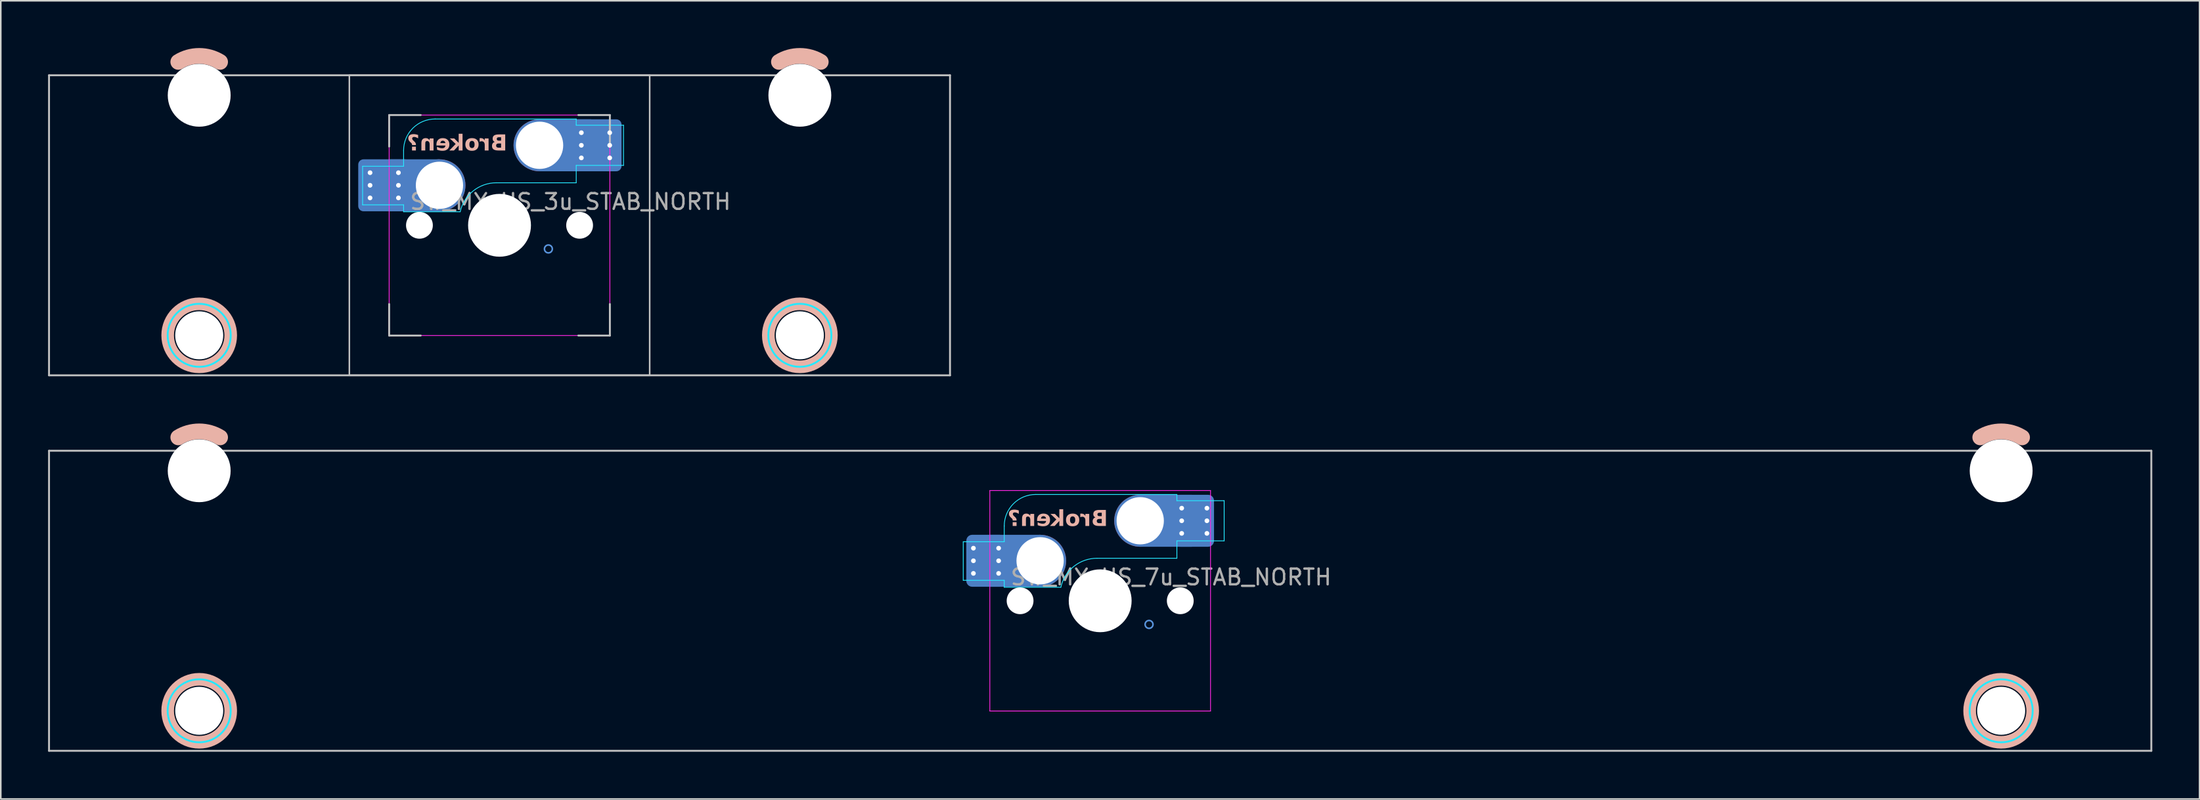
<source format=kicad_pcb>
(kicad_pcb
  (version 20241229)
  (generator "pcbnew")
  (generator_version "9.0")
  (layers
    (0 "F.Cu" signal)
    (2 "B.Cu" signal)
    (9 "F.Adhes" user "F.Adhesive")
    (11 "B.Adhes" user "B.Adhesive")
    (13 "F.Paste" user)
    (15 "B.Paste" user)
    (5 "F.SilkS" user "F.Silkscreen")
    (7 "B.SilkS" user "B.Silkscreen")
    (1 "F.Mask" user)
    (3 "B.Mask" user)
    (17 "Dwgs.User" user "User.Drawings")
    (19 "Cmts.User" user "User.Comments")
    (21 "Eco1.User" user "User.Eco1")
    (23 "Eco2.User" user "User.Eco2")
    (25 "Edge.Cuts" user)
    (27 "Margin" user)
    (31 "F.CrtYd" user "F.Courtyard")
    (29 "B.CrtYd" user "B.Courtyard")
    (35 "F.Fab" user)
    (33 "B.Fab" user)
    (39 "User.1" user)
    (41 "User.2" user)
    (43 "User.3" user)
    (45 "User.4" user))
  (footprint "SW_MX_HS_7u_STAB_NORTH"
    (layer "F.Cu")
    (at 66.735 35.095)
    (property "Reference" "SW_MX_HS_7u_STAB_NORTH" (at 4.5 -1.5 0) (layer "F.Fab") (effects (font (size 1 1) (thickness 0.15))))
    (attr smd)
    (fp_arc (start -58.474998 -10.374995) (mid -57.15 -10.755) (end -55.825002 -10.374995) (stroke (width 1) (type default)) (layer "B.SilkS"))
    (fp_arc (start 55.825002 -10.374995) (mid 57.15 -10.755) (end 58.474998 -10.374995) (stroke (width 1) (type default)) (layer "B.SilkS"))
    (fp_circle (center -57.15 6.985) (end -55.15 6.985) (stroke (width 0.8) (type solid)) (fill no) (layer "B.SilkS"))
    (fp_circle (center 57.15 6.985) (end 59.15 6.985) (stroke (width 0.8) (type solid)) (fill no) (layer "B.SilkS"))
    (fp_line (start -66.675 9.525) (end -66.675 -9.525) (stroke (width 0.12) (type solid)) (layer "Dwgs.User"))
    (fp_line (start 66.675 -9.525) (end -66.675 -9.525) (stroke (width 0.12) (type solid)) (layer "Dwgs.User"))
    (fp_line (start 66.675 9.525) (end -66.675 9.525) (stroke (width 0.12) (type solid)) (layer "Dwgs.User"))
    (fp_line (start 66.675 9.525) (end 66.675 -9.525) (stroke (width 0.12) (type solid)) (layer "Dwgs.User"))
    (fp_circle (center 3.1 1.5) (end 3.35 1.5) (stroke (width 0.1) (type default)) (fill no) (layer "Cmts.User"))
    (fp_line (start -60.524 5.5) (end -60.525 -7.5) (stroke (width 0.05) (type solid)) (layer "Eco2.User"))
    (fp_line (start -54.275 -8) (end -60.025 -8) (stroke (width 0.05) (type solid)) (layer "Eco2.User"))
    (fp_line (start -54.275 6) (end -60.024 6) (stroke (width 0.05) (type solid)) (layer "Eco2.User"))
    (fp_line (start -53.775 5.5) (end -53.775 -7.5) (stroke (width 0.05) (type solid)) (layer "Eco2.User"))
    (fp_line (start -7 6.5) (end -7 -6.5) (stroke (width 0.05) (type solid)) (layer "Eco2.User"))
    (fp_line (start -6.5 -7) (end 6.5 -7) (stroke (width 0.05) (type solid)) (layer "Eco2.User"))
    (fp_line (start 6.5 7) (end -6.5 7) (stroke (width 0.05) (type solid)) (layer "Eco2.User"))
    (fp_line (start 7 -6.5) (end 7 6.5) (stroke (width 0.05) (type solid)) (layer "Eco2.User"))
    (fp_line (start 53.775 5.5) (end 53.775 -7.5) (stroke (width 0.05) (type solid)) (layer "Eco2.User"))
    (fp_line (start 60.025 -8) (end 54.275 -8) (stroke (width 0.05) (type solid)) (layer "Eco2.User"))
    (fp_line (start 60.025 6) (end 54.275 6) (stroke (width 0.05) (type solid)) (layer "Eco2.User"))
    (fp_line (start 60.525 5.5) (end 60.525 -7.5) (stroke (width 0.05) (type solid)) (layer "Eco2.User"))
    (fp_arc (start -60.525 -7.500001) (mid -60.378553 -7.853554) (end -60.025 -8.000001) (stroke (width 0.05) (type solid)) (layer "Eco2.User"))
    (fp_arc (start -60.023789 5.999999) (mid -60.377347 5.853557) (end -60.523789 5.499999) (stroke (width 0.05) (type solid)) (layer "Eco2.User"))
    (fp_arc (start -54.275 -8.000001) (mid -53.921447 -7.853554) (end -53.775 -7.500001) (stroke (width 0.05) (type solid)) (layer "Eco2.User"))
    (fp_arc (start -53.775 5.499999) (mid -53.921446 5.853553) (end -54.275 5.999999) (stroke (width 0.05) (type solid)) (layer "Eco2.User"))
    (fp_arc (start -7 -6.5) (mid -6.853553 -6.853553) (end -6.5 -7) (stroke (width 0.05) (type solid)) (layer "Eco2.User"))
    (fp_arc (start -6.5 7) (mid -6.853553 6.853553) (end -7 6.5) (stroke (width 0.05) (type solid)) (layer "Eco2.User"))
    (fp_arc (start 6.5 -7) (mid 6.853553 -6.853553) (end 7 -6.5) (stroke (width 0.05) (type solid)) (layer "Eco2.User"))
    (fp_arc (start 6.997236 6.498884) (mid 6.850805 6.852453) (end 6.497236 6.998884) (stroke (width 0.05) (type solid)) (layer "Eco2.User"))
    (fp_arc (start 53.775 -7.500001) (mid 53.921447 -7.853554) (end 54.275 -8.000001) (stroke (width 0.05) (type solid)) (layer "Eco2.User"))
    (fp_arc (start 54.275 5.999999) (mid 53.921447 5.853552) (end 53.775 5.499999) (stroke (width 0.05) (type solid)) (layer "Eco2.User"))
    (fp_arc (start 60.025 -8.000001) (mid 60.378554 -7.853554) (end 60.525 -7.500001) (stroke (width 0.05) (type solid)) (layer "Eco2.User"))
    (fp_arc (start 60.525 5.499999) (mid 60.378554 5.853553) (end 60.025 5.999999) (stroke (width 0.05) (type solid)) (layer "Eco2.User"))
    (fp_line (start -8.685 -3.75) (end -8.685 -1.3) (stroke (width 0.05) (type solid)) (layer "B.CrtYd"))
    (fp_line (start -8.685 -1.3) (end -6.085 -1.3) (stroke (width 0.05) (type solid)) (layer "B.CrtYd"))
    (fp_line (start -6.085 -3.75) (end -8.685 -3.75) (stroke (width 0.05) (type solid)) (layer "B.CrtYd"))
    (fp_line (start -6.085 -3.75) (end -6.085 -4.75) (stroke (width 0.05) (type solid)) (layer "B.CrtYd"))
    (fp_line (start -6.085 -1.3) (end -6.085 -0.86) (stroke (width 0.05) (type solid)) (layer "B.CrtYd"))
    (fp_line (start -6.085 -0.86) (end -2.494 -0.86) (stroke (width 0.05) (type solid)) (layer "B.CrtYd"))
    (fp_line (start -4.085 -6.75) (end 4.865 -6.75) (stroke (width 0.05) (type solid)) (layer "B.CrtYd"))
    (fp_line (start 4.865 -6.75) (end 4.865 -6.355) (stroke (width 0.05) (type solid)) (layer "B.CrtYd"))
    (fp_line (start 4.865 -6.355) (end 7.865 -6.355) (stroke (width 0.05) (type solid)) (layer "B.CrtYd"))
    (fp_line (start 4.865 -3.805) (end 4.865 -2.7) (stroke (width 0.05) (type solid)) (layer "B.CrtYd"))
    (fp_line (start 4.865 -3.805) (end 7.865 -3.805) (stroke (width 0.05) (type solid)) (layer "B.CrtYd"))
    (fp_line (start 4.865 -2.7) (end -0.2 -2.7) (stroke (width 0.05) (type solid)) (layer "B.CrtYd"))
    (fp_line (start 7.865 -3.805) (end 7.865 -6.355) (stroke (width 0.05) (type solid)) (layer "B.CrtYd"))
    (fp_arc (start -6.085176 -4.75022) (mid -5.49939 -6.164434) (end -4.085176 -6.75022) (stroke (width 0.05) (type solid)) (layer "B.CrtYd"))
    (fp_arc (start -2.494322 -0.86022) (mid -1.670503 -2.183399) (end -0.2 -2.70022) (stroke (width 0.05) (type solid)) (layer "B.CrtYd"))
    (fp_circle (center -57.15 6.985) (end -59.15 6.985) (stroke (width 0.12) (type solid)) (fill no) (layer "B.CrtYd"))
    (fp_circle (center 57.15 6.985) (end 55.15 6.985) (stroke (width 0.12) (type solid)) (fill no) (layer "B.CrtYd"))
    (fp_line (start -7 -7) (end -7 7) (stroke (width 0.05) (type solid)) (layer "F.CrtYd"))
    (fp_line (start -7 7) (end 7 7) (stroke (width 0.05) (type solid)) (layer "F.CrtYd"))
    (fp_line (start 7 -7) (end -7 -7) (stroke (width 0.05) (type solid)) (layer "F.CrtYd"))
    (fp_line (start 7 7) (end 7 -7) (stroke (width 0.05) (type solid)) (layer "F.CrtYd"))
    (fp_text user "Broken?" (at 0.49 -4.58 0) (unlocked yes) (layer "B.SilkS") (effects (font (face "Hitmo2.0") (size 1 1) (thickness 0.25) (bold yes)) (justify left bottom mirror)))
    (pad "" np_thru_hole circle (at -57.15 -8.255 180) (size 3.988 3.988) (drill 3.988) (layers "*.Cu" "*.Mask"))
    (pad "" np_thru_hole circle (at -57.15 6.985 180) (size 3.048 3.048) (drill 3.048) (layers "*.Cu" "*.Mask"))
    (pad "" np_thru_hole circle (at -5.08 0) (size 1.7 1.7) (drill 1.7) (layers "*.Cu" "*.Mask"))
    (pad "" np_thru_hole circle (at 0 0) (size 3.988 3.988) (drill 3.988) (layers "*.Cu" "*.Mask"))
    (pad "" np_thru_hole circle (at 5.08 0) (size 1.7 1.7) (drill 1.7) (layers "*.Cu" "*.Mask"))
    (pad "" np_thru_hole circle (at 57.15 -8.255 180) (size 3.988 3.988) (drill 3.988) (layers "*.Cu" "*.Mask"))
    (pad "" np_thru_hole circle (at 57.15 6.985 180) (size 3.048 3.048) (drill 3.048) (layers "*.Cu" "*.Mask"))
    (pad "1" thru_hole circle (at -8.041 -3.34 180) (size 0.6 0.6) (drill 0.3) (layers "*.Cu"))
    (pad "1" thru_hole circle (at -8.041 -2.54 180) (size 0.6 0.6) (drill 0.3) (layers "*.Cu"))
    (pad "1" thru_hole circle (at -8.041 -1.74 180) (size 0.6 0.6) (drill 0.3) (layers "*.Cu"))
    (pad "1" smd roundrect (at -7.241 -2.54 180) (size 2.2 3) (layers "B.Cu" "B.Mask" "B.Paste") (roundrect_rratio 0.114))
    (pad "1" smd roundrect (at -7.241 -2.54 180) (size 2.5 3.3) (layers "B.Cu") (roundrect_rratio 0.148))
    (pad "1" thru_hole circle (at -6.441 -3.34 180) (size 0.6 0.6) (drill 0.3) (layers "*.Cu"))
    (pad "1" thru_hole circle (at -6.441 -2.54 180) (size 0.6 0.6) (drill 0.3) (layers "*.Cu"))
    (pad "1" thru_hole circle (at -6.441 -1.74 180) (size 0.6 0.6) (drill 0.3) (layers "*.Cu"))
    (pad "1" smd rect (at -5.423 -2.54 180) (size 3.226 3.3) (layers "B.Cu"))
    (pad "1" thru_hole circle (at -3.81 -2.54 180) (size 3 3) (drill 3) (layers "*.Cu" "*.Mask"))
    (pad "1" smd circle (at -3.81 -2.54 180) (size 3.3 3.3) (layers "F.Cu"))
    (pad "1" smd circle (at -3.81 -2.54 180) (size 3.3 3.3) (layers "B.Cu"))
    (pad "2" thru_hole circle (at 2.54 -5.08) (size 3 3) (drill 3) (layers "*.Cu" "*.Mask"))
    (pad "2" smd circle (at 2.54 -5.08 180) (size 3.3 3.3) (layers "F.Cu"))
    (pad "2" smd circle (at 2.54 -5.08 180) (size 3.3 3.3) (layers "B.Cu"))
    (pad "2" smd rect (at 4.201 -5.08) (size 3.226 3.3) (layers "B.Cu"))
    (pad "2" thru_hole circle (at 5.171 -5.88) (size 0.6 0.6) (drill 0.3) (layers "*.Cu"))
    (pad "2" thru_hole circle (at 5.171 -5.08) (size 0.6 0.6) (drill 0.3) (layers "*.Cu"))
    (pad "2" thru_hole circle (at 5.171 -4.28) (size 0.6 0.6) (drill 0.3) (layers "*.Cu"))
    (pad "2" smd roundrect (at 5.971 -5.08) (size 2.2 3) (layers "B.Cu" "B.Mask" "B.Paste") (roundrect_rratio 0.114))
    (pad "2" smd roundrect (at 5.971 -5.08) (size 2.5 3.3) (layers "B.Cu") (roundrect_rratio 0.148))
    (pad "2" thru_hole circle (at 6.771 -5.88) (size 0.6 0.6) (drill 0.3) (layers "*.Cu"))
    (pad "2" thru_hole circle (at 6.771 -5.08) (size 0.6 0.6) (drill 0.3) (layers "*.Cu"))
    (pad "2" thru_hole circle (at 6.771 -4.28) (size 0.6 0.6) (drill 0.3) (layers "*.Cu")))
  (footprint "SW_MX_HS_3u_STAB_NORTH"
    (layer "F.Cu")
    (at 28.635 11.255)
    (property "Reference" "SW_MX_HS_3u_STAB_NORTH" (at 4.5 -1.5 0) (layer "F.Fab") (effects (font (size 1 1) (thickness 0.15))))
    (attr smd)
    (fp_arc (start -20.374998 -10.374995) (mid -19.05 -10.755) (end -17.725002 -10.374995) (stroke (width 1) (type default)) (layer "B.SilkS"))
    (fp_arc (start 17.725002 -10.374995) (mid 19.05 -10.755) (end 20.374998 -10.374995) (stroke (width 1) (type default)) (layer "B.SilkS"))
    (fp_circle (center -19.05 6.985) (end -17.05 6.985) (stroke (width 0.8) (type solid)) (fill no) (layer "B.SilkS"))
    (fp_circle (center 19.05 6.985) (end 21.05 6.985) (stroke (width 0.8) (type solid)) (fill no) (layer "B.SilkS"))
    (fp_line (start -28.575 9.525) (end -28.575 -9.525) (stroke (width 0.12) (type solid)) (layer "Dwgs.User"))
    (fp_line (start -7 -7) (end -7 -5) (stroke (width 0.12) (type solid)) (layer "Dwgs.User"))
    (fp_line (start -7 7) (end -7 5) (stroke (width 0.12) (type solid)) (layer "Dwgs.User"))
    (fp_line (start -5 -7) (end -7 -7) (stroke (width 0.12) (type solid)) (layer "Dwgs.User"))
    (fp_line (start -5 7) (end -7 7) (stroke (width 0.12) (type solid)) (layer "Dwgs.User"))
    (fp_line (start 5 -7) (end 7 -7) (stroke (width 0.12) (type solid)) (layer "Dwgs.User"))
    (fp_line (start 7 -7) (end 7 -5) (stroke (width 0.12) (type solid)) (layer "Dwgs.User"))
    (fp_line (start 7 5) (end 7 7) (stroke (width 0.12) (type solid)) (layer "Dwgs.User"))
    (fp_line (start 7 7) (end 5 7) (stroke (width 0.12) (type solid)) (layer "Dwgs.User"))
    (fp_line (start 28.575 -9.525) (end -28.575 -9.525) (stroke (width 0.12) (type solid)) (layer "Dwgs.User"))
    (fp_line (start 28.575 9.525) (end -28.575 9.525) (stroke (width 0.12) (type solid)) (layer "Dwgs.User"))
    (fp_line (start 28.575 9.525) (end 28.575 -9.525) (stroke (width 0.12) (type solid)) (layer "Dwgs.User"))
    (fp_rect (start -9.525 -9.525) (end 9.525 9.525) (stroke (width 0.1) (type default)) (fill no) (layer "Dwgs.User"))
    (fp_circle (center 0 0) (end 0 1) (stroke (width 0.1) (type default)) (fill no) (layer "Cmts.User"))
    (fp_circle (center 3.1 1.5) (end 3.35 1.5) (stroke (width 0.1) (type default)) (fill no) (layer "Cmts.User"))
    (fp_line (start -22.424 5.5) (end -22.425 -7.5) (stroke (width 0.05) (type solid)) (layer "Eco2.User"))
    (fp_line (start -16.175 -8) (end -21.925 -8) (stroke (width 0.05) (type solid)) (layer "Eco2.User"))
    (fp_line (start -16.175 6) (end -21.924 6) (stroke (width 0.05) (type solid)) (layer "Eco2.User"))
    (fp_line (start -15.675 5.5) (end -15.675 -7.5) (stroke (width 0.05) (type solid)) (layer "Eco2.User"))
    (fp_line (start -7 6.5) (end -7 -6.5) (stroke (width 0.05) (type solid)) (layer "Eco2.User"))
    (fp_line (start -6.5 -7) (end 6.5 -7) (stroke (width 0.05) (type solid)) (layer "Eco2.User"))
    (fp_line (start 6.5 7) (end -6.5 7) (stroke (width 0.05) (type solid)) (layer "Eco2.User"))
    (fp_line (start 7 -6.5) (end 7 6.5) (stroke (width 0.05) (type solid)) (layer "Eco2.User"))
    (fp_line (start 15.675 5.5) (end 15.675 -7.5) (stroke (width 0.05) (type solid)) (layer "Eco2.User"))
    (fp_line (start 21.925 -8) (end 16.175 -8) (stroke (width 0.05) (type solid)) (layer "Eco2.User"))
    (fp_line (start 21.925 6) (end 16.175 6) (stroke (width 0.05) (type solid)) (layer "Eco2.User"))
    (fp_line (start 22.425 5.5) (end 22.425 -7.5) (stroke (width 0.05) (type solid)) (layer "Eco2.User"))
    (fp_arc (start -22.425 -7.500001) (mid -22.278553 -7.853554) (end -21.925 -8.000001) (stroke (width 0.05) (type solid)) (layer "Eco2.User"))
    (fp_arc (start -21.923789 5.999999) (mid -22.277347 5.853557) (end -22.423789 5.499999) (stroke (width 0.05) (type solid)) (layer "Eco2.User"))
    (fp_arc (start -16.175 -8.000001) (mid -15.821447 -7.853554) (end -15.675 -7.500001) (stroke (width 0.05) (type solid)) (layer "Eco2.User"))
    (fp_arc (start -15.675 5.499999) (mid -15.821446 5.853553) (end -16.175 5.999999) (stroke (width 0.05) (type solid)) (layer "Eco2.User"))
    (fp_arc (start -7 -6.5) (mid -6.853553 -6.853553) (end -6.5 -7) (stroke (width 0.05) (type solid)) (layer "Eco2.User"))
    (fp_arc (start -6.5 7) (mid -6.853553 6.853553) (end -7 6.5) (stroke (width 0.05) (type solid)) (layer "Eco2.User"))
    (fp_arc (start 6.5 -7) (mid 6.853553 -6.853553) (end 7 -6.5) (stroke (width 0.05) (type solid)) (layer "Eco2.User"))
    (fp_arc (start 6.997236 6.498884) (mid 6.850805 6.852453) (end 6.497236 6.998884) (stroke (width 0.05) (type solid)) (layer "Eco2.User"))
    (fp_arc (start 15.675 -7.500001) (mid 15.821447 -7.853554) (end 16.175 -8.000001) (stroke (width 0.05) (type solid)) (layer "Eco2.User"))
    (fp_arc (start 16.175 5.999999) (mid 15.821447 5.853552) (end 15.675 5.499999) (stroke (width 0.05) (type solid)) (layer "Eco2.User"))
    (fp_arc (start 21.925 -8.000001) (mid 22.278553 -7.853554) (end 22.425 -7.500001) (stroke (width 0.05) (type solid)) (layer "Eco2.User"))
    (fp_arc (start 22.425 5.499999) (mid 22.278553 5.853552) (end 21.925 5.999999) (stroke (width 0.05) (type solid)) (layer "Eco2.User"))
    (fp_line (start -8.685 -3.75) (end -8.685 -1.3) (stroke (width 0.05) (type solid)) (layer "B.CrtYd"))
    (fp_line (start -8.685 -1.3) (end -6.085 -1.3) (stroke (width 0.05) (type solid)) (layer "B.CrtYd"))
    (fp_line (start -6.085 -3.75) (end -8.685 -3.75) (stroke (width 0.05) (type solid)) (layer "B.CrtYd"))
    (fp_line (start -6.085 -3.75) (end -6.085 -4.75) (stroke (width 0.05) (type solid)) (layer "B.CrtYd"))
    (fp_line (start -6.085 -1.3) (end -6.085 -0.86) (stroke (width 0.05) (type solid)) (layer "B.CrtYd"))
    (fp_line (start -6.085 -0.86) (end -2.494 -0.86) (stroke (width 0.05) (type solid)) (layer "B.CrtYd"))
    (fp_line (start -4.085 -6.75) (end 4.865 -6.75) (stroke (width 0.05) (type solid)) (layer "B.CrtYd"))
    (fp_line (start 4.865 -6.75) (end 4.865 -6.355) (stroke (width 0.05) (type solid)) (layer "B.CrtYd"))
    (fp_line (start 4.865 -6.355) (end 7.865 -6.355) (stroke (width 0.05) (type solid)) (layer "B.CrtYd"))
    (fp_line (start 4.865 -3.805) (end 4.865 -2.7) (stroke (width 0.05) (type solid)) (layer "B.CrtYd"))
    (fp_line (start 4.865 -3.805) (end 7.865 -3.805) (stroke (width 0.05) (type solid)) (layer "B.CrtYd"))
    (fp_line (start 4.865 -2.7) (end -0.2 -2.7) (stroke (width 0.05) (type solid)) (layer "B.CrtYd"))
    (fp_line (start 7.865 -3.805) (end 7.865 -6.355) (stroke (width 0.05) (type solid)) (layer "B.CrtYd"))
    (fp_arc (start -6.085176 -4.75022) (mid -5.49939 -6.164434) (end -4.085176 -6.75022) (stroke (width 0.05) (type solid)) (layer "B.CrtYd"))
    (fp_arc (start -2.494322 -0.86022) (mid -1.670503 -2.183399) (end -0.2 -2.70022) (stroke (width 0.05) (type solid)) (layer "B.CrtYd"))
    (fp_circle (center -19.05 6.985) (end -21.05 6.985) (stroke (width 0.12) (type solid)) (fill no) (layer "B.CrtYd"))
    (fp_circle (center 19.05 6.985) (end 17.05 6.985) (stroke (width 0.12) (type solid)) (fill no) (layer "B.CrtYd"))
    (fp_line (start -7 -7) (end -7 7) (stroke (width 0.05) (type solid)) (layer "F.CrtYd"))
    (fp_line (start -7 7) (end 7 7) (stroke (width 0.05) (type solid)) (layer "F.CrtYd"))
    (fp_line (start 7 -7) (end -7 -7) (stroke (width 0.05) (type solid)) (layer "F.CrtYd"))
    (fp_line (start 7 7) (end 7 -7) (stroke (width 0.05) (type solid)) (layer "F.CrtYd"))
    (fp_text user "Broken?" (at 0.49 -4.58 0) (unlocked yes) (layer "B.SilkS") (effects (font (face "Hitmo2.0") (size 1 1) (thickness 0.25) (bold yes)) (justify left bottom mirror)))
    (pad "" np_thru_hole circle (at -19.05 -8.255 180) (size 3.988 3.988) (drill 3.988) (layers "*.Cu" "*.Mask"))
    (pad "" np_thru_hole circle (at -19.05 6.985 180) (size 3.048 3.048) (drill 3.048) (layers "*.Cu" "*.Mask"))
    (pad "" np_thru_hole circle (at -5.08 0) (size 1.7 1.7) (drill 1.7) (layers "*.Cu" "*.Mask"))
    (pad "" np_thru_hole circle (at 0 0) (size 3.988 3.988) (drill 3.988) (layers "*.Cu" "*.Mask"))
    (pad "" np_thru_hole circle (at 5.08 0) (size 1.7 1.7) (drill 1.7) (layers "*.Cu" "*.Mask"))
    (pad "" np_thru_hole circle (at 19.05 -8.255 180) (size 3.988 3.988) (drill 3.988) (layers "*.Cu" "*.Mask"))
    (pad "" np_thru_hole circle (at 19.05 6.985 180) (size 3.048 3.048) (drill 3.048) (layers "*.Cu" "*.Mask"))
    (pad "1" thru_hole circle (at -8.212 -3.34 180) (size 0.6 0.6) (drill 0.3) (layers "*.Cu"))
    (pad "1" thru_hole circle (at -8.212 -2.54 180) (size 0.6 0.6) (drill 0.3) (layers "*.Cu"))
    (pad "1" thru_hole circle (at -8.212 -1.74 180) (size 0.6 0.6) (drill 0.3) (layers "*.Cu"))
    (pad "1" smd roundrect (at -7.562 -2.54 180) (size 2.5 3) (layers "B.Cu" "B.Mask" "B.Paste") (roundrect_rratio 0.1))
    (pad "1" smd roundrect (at -7.312 -2.54 180) (size 3.3 3.3) (layers "B.Cu") (roundrect_rratio 0.1))
    (pad "1" thru_hole circle (at -6.412 -3.34 180) (size 0.6 0.6) (drill 0.3) (layers "*.Cu"))
    (pad "1" thru_hole circle (at -6.412 -2.54 180) (size 0.6 0.6) (drill 0.3) (layers "*.Cu"))
    (pad "1" thru_hole circle (at -6.412 -1.74 180) (size 0.6 0.6) (drill 0.3) (layers "*.Cu"))
    (pad "1" smd rect (at -5.423 -2.54 180) (size 3.226 3.3) (layers "B.Cu"))
    (pad "1" thru_hole circle (at -3.81 -2.54 180) (size 3 3) (drill 3) (layers "*.Cu" "*.Mask"))
    (pad "1" smd circle (at -3.81 -2.54 180) (size 3.3 3.3) (layers "F.Cu"))
    (pad "1" smd circle (at -3.81 -2.54 180) (size 3.3 3.3) (layers "B.Cu"))
    (pad "2" thru_hole circle (at 2.54 -5.08) (size 3 3) (drill 3) (layers "*.Cu" "*.Mask"))
    (pad "2" smd circle (at 2.54 -5.08 180) (size 3.3 3.3) (layers "F.Cu"))
    (pad "2" smd circle (at 2.54 -5.08 180) (size 3.3 3.3) (layers "B.Cu"))
    (pad "2" smd rect (at 4.201 -5.08) (size 3.226 3.3) (layers "B.Cu"))
    (pad "2" thru_hole circle (at 5.19 -5.88) (size 0.6 0.6) (drill 0.3) (layers "*.Cu"))
    (pad "2" thru_hole circle (at 5.19 -5.08) (size 0.6 0.6) (drill 0.3) (layers "*.Cu"))
    (pad "2" thru_hole circle (at 5.19 -4.28) (size 0.6 0.6) (drill 0.3) (layers "*.Cu"))
    (pad "2" smd roundrect (at 6.09 -5.08) (size 3.3 3.3) (layers "B.Cu") (roundrect_rratio 0.1))
    (pad "2" smd roundrect (at 6.34 -5.08) (size 2.5 3) (layers "B.Cu" "B.Mask" "B.Paste") (roundrect_rratio 0.1))
    (pad "2" thru_hole circle (at 6.99 -5.88) (size 0.6 0.6) (drill 0.3) (layers "*.Cu"))
    (pad "2" thru_hole circle (at 6.99 -5.08) (size 0.6 0.6) (drill 0.3) (layers "*.Cu"))
    (pad "2" thru_hole circle (at 6.99 -4.28) (size 0.6 0.6) (drill 0.3) (layers "*.Cu")))
  (gr_rect
    (start -3 -3)
    (end 136.47 47.68)
    (stroke (width 0.1) (type default))
    (fill no)
    (layer "Edge.Cuts")))
</source>
